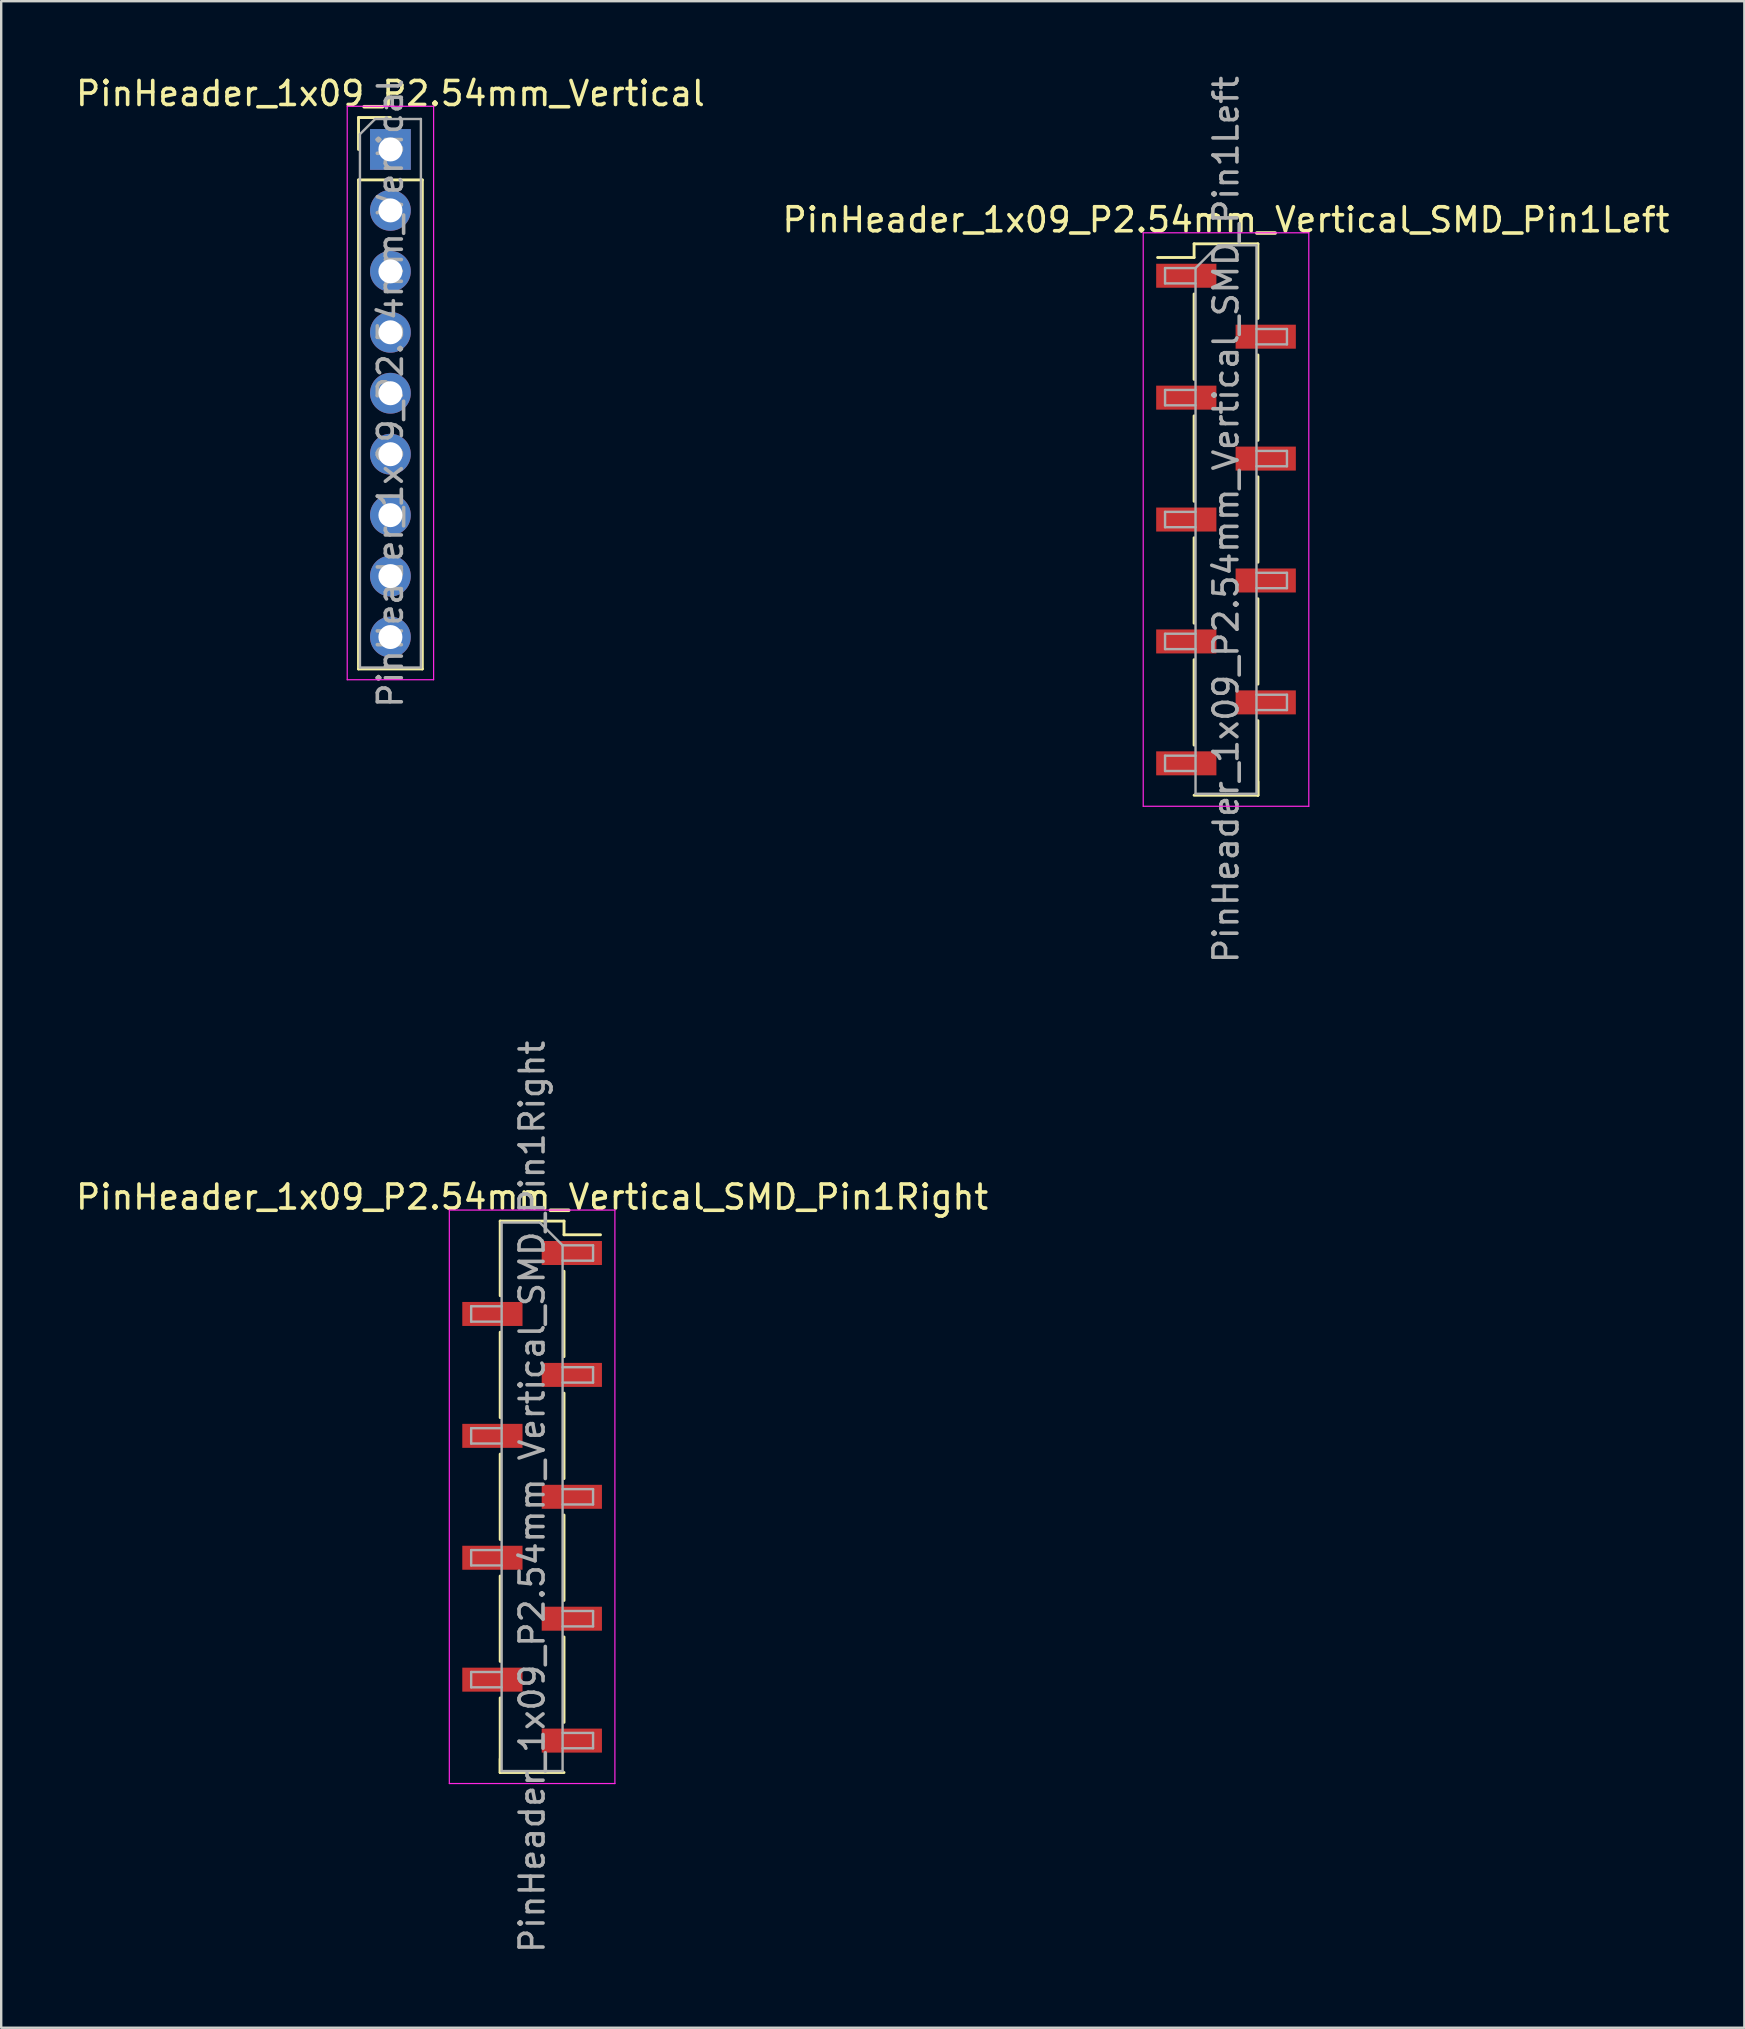
<source format=kicad_pcb>
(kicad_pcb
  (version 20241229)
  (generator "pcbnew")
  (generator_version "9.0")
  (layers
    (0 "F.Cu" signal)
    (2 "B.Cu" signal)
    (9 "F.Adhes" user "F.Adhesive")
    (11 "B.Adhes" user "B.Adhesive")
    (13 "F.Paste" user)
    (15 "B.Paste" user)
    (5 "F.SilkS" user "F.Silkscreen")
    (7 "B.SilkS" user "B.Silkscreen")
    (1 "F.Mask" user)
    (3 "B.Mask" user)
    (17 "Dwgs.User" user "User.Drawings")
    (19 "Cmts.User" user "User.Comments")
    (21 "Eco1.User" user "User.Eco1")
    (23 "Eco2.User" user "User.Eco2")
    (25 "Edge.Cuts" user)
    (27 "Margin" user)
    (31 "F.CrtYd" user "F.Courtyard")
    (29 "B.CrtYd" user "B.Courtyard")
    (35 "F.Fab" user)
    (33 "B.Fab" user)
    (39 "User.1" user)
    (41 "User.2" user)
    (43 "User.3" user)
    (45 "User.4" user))
  (footprint "PinHeader_1x09_P2.54mm_Vertical_SMD_Pin1Right"
    (layer "F.Cu")
    (at 19.125 59.327)
    (property "Reference" "PinHeader_1x09_P2.54mm_Vertical_SMD_Pin1Right" (at 0 -12.49 0) (layer "F.SilkS") (effects (font (size 1 1) (thickness 0.15))))
    (attr smd)
    (fp_line (start -1.33 -11.49) (end -1.33 -8.38) (stroke (width 0.12) (type solid)) (layer "F.SilkS"))
    (fp_line (start -1.33 -11.49) (end 1.33 -11.49) (stroke (width 0.12) (type solid)) (layer "F.SilkS"))
    (fp_line (start -1.33 -6.86) (end -1.33 -3.3) (stroke (width 0.12) (type solid)) (layer "F.SilkS"))
    (fp_line (start -1.33 -1.78) (end -1.33 1.78) (stroke (width 0.12) (type solid)) (layer "F.SilkS"))
    (fp_line (start -1.33 3.3) (end -1.33 6.86) (stroke (width 0.12) (type solid)) (layer "F.SilkS"))
    (fp_line (start -1.33 8.38) (end -1.33 11.49) (stroke (width 0.12) (type solid)) (layer "F.SilkS"))
    (fp_line (start -1.33 10.92) (end -1.33 11.49) (stroke (width 0.12) (type solid)) (layer "F.SilkS"))
    (fp_line (start -1.33 11.49) (end 1.33 11.49) (stroke (width 0.12) (type solid)) (layer "F.SilkS"))
    (fp_line (start 1.33 -11.49) (end 1.33 -10.92) (stroke (width 0.12) (type solid)) (layer "F.SilkS"))
    (fp_line (start 1.33 -10.92) (end 2.85 -10.92) (stroke (width 0.12) (type solid)) (layer "F.SilkS"))
    (fp_line (start 1.33 -9.4) (end 1.33 -5.84) (stroke (width 0.12) (type solid)) (layer "F.SilkS"))
    (fp_line (start 1.33 -4.32) (end 1.33 -0.76) (stroke (width 0.12) (type solid)) (layer "F.SilkS"))
    (fp_line (start 1.33 0.76) (end 1.33 4.32) (stroke (width 0.12) (type solid)) (layer "F.SilkS"))
    (fp_line (start 1.33 5.84) (end 1.33 9.4) (stroke (width 0.12) (type solid)) (layer "F.SilkS"))
    (fp_line (start -3.45 -11.95) (end -3.45 11.95) (stroke (width 0.05) (type solid)) (layer "F.CrtYd"))
    (fp_line (start -3.45 11.95) (end 3.45 11.95) (stroke (width 0.05) (type solid)) (layer "F.CrtYd"))
    (fp_line (start 3.45 -11.95) (end -3.45 -11.95) (stroke (width 0.05) (type solid)) (layer "F.CrtYd"))
    (fp_line (start 3.45 11.95) (end 3.45 -11.95) (stroke (width 0.05) (type solid)) (layer "F.CrtYd"))
    (fp_line (start -2.54 -7.94) (end -2.54 -7.3) (stroke (width 0.1) (type solid)) (layer "F.Fab"))
    (fp_line (start -2.54 -7.3) (end -1.27 -7.3) (stroke (width 0.1) (type solid)) (layer "F.Fab"))
    (fp_line (start -2.54 -2.86) (end -2.54 -2.22) (stroke (width 0.1) (type solid)) (layer "F.Fab"))
    (fp_line (start -2.54 -2.22) (end -1.27 -2.22) (stroke (width 0.1) (type solid)) (layer "F.Fab"))
    (fp_line (start -2.54 2.22) (end -2.54 2.86) (stroke (width 0.1) (type solid)) (layer "F.Fab"))
    (fp_line (start -2.54 2.86) (end -1.27 2.86) (stroke (width 0.1) (type solid)) (layer "F.Fab"))
    (fp_line (start -2.54 7.3) (end -2.54 7.94) (stroke (width 0.1) (type solid)) (layer "F.Fab"))
    (fp_line (start -2.54 7.94) (end -1.27 7.94) (stroke (width 0.1) (type solid)) (layer "F.Fab"))
    (fp_line (start -1.27 -11.43) (end -1.27 11.43) (stroke (width 0.1) (type solid)) (layer "F.Fab"))
    (fp_line (start -1.27 -11.43) (end 0.32 -11.43) (stroke (width 0.1) (type solid)) (layer "F.Fab"))
    (fp_line (start -1.27 -7.94) (end -2.54 -7.94) (stroke (width 0.1) (type solid)) (layer "F.Fab"))
    (fp_line (start -1.27 -2.86) (end -2.54 -2.86) (stroke (width 0.1) (type solid)) (layer "F.Fab"))
    (fp_line (start -1.27 2.22) (end -2.54 2.22) (stroke (width 0.1) (type solid)) (layer "F.Fab"))
    (fp_line (start -1.27 7.3) (end -2.54 7.3) (stroke (width 0.1) (type solid)) (layer "F.Fab"))
    (fp_line (start 1.27 -10.48) (end 0.32 -11.43) (stroke (width 0.1) (type solid)) (layer "F.Fab"))
    (fp_line (start 1.27 -10.48) (end 2.54 -10.48) (stroke (width 0.1) (type solid)) (layer "F.Fab"))
    (fp_line (start 1.27 -5.4) (end 2.54 -5.4) (stroke (width 0.1) (type solid)) (layer "F.Fab"))
    (fp_line (start 1.27 -0.32) (end 2.54 -0.32) (stroke (width 0.1) (type solid)) (layer "F.Fab"))
    (fp_line (start 1.27 4.76) (end 2.54 4.76) (stroke (width 0.1) (type solid)) (layer "F.Fab"))
    (fp_line (start 1.27 9.84) (end 2.54 9.84) (stroke (width 0.1) (type solid)) (layer "F.Fab"))
    (fp_line (start 1.27 11.43) (end -1.27 11.43) (stroke (width 0.1) (type solid)) (layer "F.Fab"))
    (fp_line (start 1.27 11.43) (end 1.27 -10.48) (stroke (width 0.1) (type solid)) (layer "F.Fab"))
    (fp_line (start 2.54 -10.48) (end 2.54 -9.84) (stroke (width 0.1) (type solid)) (layer "F.Fab"))
    (fp_line (start 2.54 -9.84) (end 1.27 -9.84) (stroke (width 0.1) (type solid)) (layer "F.Fab"))
    (fp_line (start 2.54 -5.4) (end 2.54 -4.76) (stroke (width 0.1) (type solid)) (layer "F.Fab"))
    (fp_line (start 2.54 -4.76) (end 1.27 -4.76) (stroke (width 0.1) (type solid)) (layer "F.Fab"))
    (fp_line (start 2.54 -0.32) (end 2.54 0.32) (stroke (width 0.1) (type solid)) (layer "F.Fab"))
    (fp_line (start 2.54 0.32) (end 1.27 0.32) (stroke (width 0.1) (type solid)) (layer "F.Fab"))
    (fp_line (start 2.54 4.76) (end 2.54 5.4) (stroke (width 0.1) (type solid)) (layer "F.Fab"))
    (fp_line (start 2.54 5.4) (end 1.27 5.4) (stroke (width 0.1) (type solid)) (layer "F.Fab"))
    (fp_line (start 2.54 9.84) (end 2.54 10.48) (stroke (width 0.1) (type solid)) (layer "F.Fab"))
    (fp_line (start 2.54 10.48) (end 1.27 10.48) (stroke (width 0.1) (type solid)) (layer "F.Fab"))
    (fp_text user "${REFERENCE}" (at 0 0 90) (layer "F.Fab") (effects (font (size 1 1) (thickness 0.15))))
    (pad "1" smd rect (at 1.655 -10.16) (size 2.51 1) (layers "F.Cu" "F.Mask" "F.Paste"))
    (pad "2" smd rect (at -1.655 -7.62) (size 2.51 1) (layers "F.Cu" "F.Mask" "F.Paste"))
    (pad "3" smd rect (at 1.655 -5.08) (size 2.51 1) (layers "F.Cu" "F.Mask" "F.Paste"))
    (pad "4" smd rect (at -1.655 -2.54) (size 2.51 1) (layers "F.Cu" "F.Mask" "F.Paste"))
    (pad "5" smd rect (at 1.655 0) (size 2.51 1) (layers "F.Cu" "F.Mask" "F.Paste"))
    (pad "6" smd rect (at -1.655 2.54) (size 2.51 1) (layers "F.Cu" "F.Mask" "F.Paste"))
    (pad "7" smd rect (at 1.655 5.08) (size 2.51 1) (layers "F.Cu" "F.Mask" "F.Paste"))
    (pad "8" smd rect (at -1.655 7.62) (size 2.51 1) (layers "F.Cu" "F.Mask" "F.Paste"))
    (pad "9" smd rect (at 1.655 10.16) (size 2.51 1) (layers "F.Cu" "F.Mask" "F.Paste")))
  (footprint "PinHeader_1x09_P2.54mm_Vertical_SMD_Pin1Left"
    (layer "F.Cu")
    (at 48.042 18.601)
    (property "Reference" "PinHeader_1x09_P2.54mm_Vertical_SMD_Pin1Left" (at 0 -12.49 0) (layer "F.SilkS") (effects (font (size 1 1) (thickness 0.15))))
    (attr smd)
    (fp_line (start -1.33 -11.49) (end -1.33 -10.92) (stroke (width 0.12) (type solid)) (layer "F.SilkS"))
    (fp_line (start -1.33 -11.49) (end 1.33 -11.49) (stroke (width 0.12) (type solid)) (layer "F.SilkS"))
    (fp_line (start -1.33 -10.92) (end -2.85 -10.92) (stroke (width 0.12) (type solid)) (layer "F.SilkS"))
    (fp_line (start -1.33 -9.4) (end -1.33 -5.84) (stroke (width 0.12) (type solid)) (layer "F.SilkS"))
    (fp_line (start -1.33 -4.32) (end -1.33 -0.76) (stroke (width 0.12) (type solid)) (layer "F.SilkS"))
    (fp_line (start -1.33 0.76) (end -1.33 4.32) (stroke (width 0.12) (type solid)) (layer "F.SilkS"))
    (fp_line (start -1.33 5.84) (end -1.33 9.4) (stroke (width 0.12) (type solid)) (layer "F.SilkS"))
    (fp_line (start -1.33 11.49) (end 1.33 11.49) (stroke (width 0.12) (type solid)) (layer "F.SilkS"))
    (fp_line (start 1.33 -11.49) (end 1.33 -8.38) (stroke (width 0.12) (type solid)) (layer "F.SilkS"))
    (fp_line (start 1.33 -6.86) (end 1.33 -3.3) (stroke (width 0.12) (type solid)) (layer "F.SilkS"))
    (fp_line (start 1.33 -1.78) (end 1.33 1.78) (stroke (width 0.12) (type solid)) (layer "F.SilkS"))
    (fp_line (start 1.33 3.3) (end 1.33 6.86) (stroke (width 0.12) (type solid)) (layer "F.SilkS"))
    (fp_line (start 1.33 8.38) (end 1.33 11.49) (stroke (width 0.12) (type solid)) (layer "F.SilkS"))
    (fp_line (start 1.33 10.92) (end 1.33 11.49) (stroke (width 0.12) (type solid)) (layer "F.SilkS"))
    (fp_line (start -3.45 -11.95) (end -3.45 11.95) (stroke (width 0.05) (type solid)) (layer "F.CrtYd"))
    (fp_line (start -3.45 11.95) (end 3.45 11.95) (stroke (width 0.05) (type solid)) (layer "F.CrtYd"))
    (fp_line (start 3.45 -11.95) (end -3.45 -11.95) (stroke (width 0.05) (type solid)) (layer "F.CrtYd"))
    (fp_line (start 3.45 11.95) (end 3.45 -11.95) (stroke (width 0.05) (type solid)) (layer "F.CrtYd"))
    (fp_line (start -2.54 -10.48) (end -2.54 -9.84) (stroke (width 0.1) (type solid)) (layer "F.Fab"))
    (fp_line (start -2.54 -9.84) (end -1.27 -9.84) (stroke (width 0.1) (type solid)) (layer "F.Fab"))
    (fp_line (start -2.54 -5.4) (end -2.54 -4.76) (stroke (width 0.1) (type solid)) (layer "F.Fab"))
    (fp_line (start -2.54 -4.76) (end -1.27 -4.76) (stroke (width 0.1) (type solid)) (layer "F.Fab"))
    (fp_line (start -2.54 -0.32) (end -2.54 0.32) (stroke (width 0.1) (type solid)) (layer "F.Fab"))
    (fp_line (start -2.54 0.32) (end -1.27 0.32) (stroke (width 0.1) (type solid)) (layer "F.Fab"))
    (fp_line (start -2.54 4.76) (end -2.54 5.4) (stroke (width 0.1) (type solid)) (layer "F.Fab"))
    (fp_line (start -2.54 5.4) (end -1.27 5.4) (stroke (width 0.1) (type solid)) (layer "F.Fab"))
    (fp_line (start -2.54 9.84) (end -2.54 10.48) (stroke (width 0.1) (type solid)) (layer "F.Fab"))
    (fp_line (start -2.54 10.48) (end -1.27 10.48) (stroke (width 0.1) (type solid)) (layer "F.Fab"))
    (fp_line (start -1.27 -10.48) (end -2.54 -10.48) (stroke (width 0.1) (type solid)) (layer "F.Fab"))
    (fp_line (start -1.27 -10.48) (end -0.32 -11.43) (stroke (width 0.1) (type solid)) (layer "F.Fab"))
    (fp_line (start -1.27 -5.4) (end -2.54 -5.4) (stroke (width 0.1) (type solid)) (layer "F.Fab"))
    (fp_line (start -1.27 -0.32) (end -2.54 -0.32) (stroke (width 0.1) (type solid)) (layer "F.Fab"))
    (fp_line (start -1.27 4.76) (end -2.54 4.76) (stroke (width 0.1) (type solid)) (layer "F.Fab"))
    (fp_line (start -1.27 9.84) (end -2.54 9.84) (stroke (width 0.1) (type solid)) (layer "F.Fab"))
    (fp_line (start -1.27 11.43) (end -1.27 -10.48) (stroke (width 0.1) (type solid)) (layer "F.Fab"))
    (fp_line (start -0.32 -11.43) (end 1.27 -11.43) (stroke (width 0.1) (type solid)) (layer "F.Fab"))
    (fp_line (start 1.27 -11.43) (end 1.27 11.43) (stroke (width 0.1) (type solid)) (layer "F.Fab"))
    (fp_line (start 1.27 -7.94) (end 2.54 -7.94) (stroke (width 0.1) (type solid)) (layer "F.Fab"))
    (fp_line (start 1.27 -2.86) (end 2.54 -2.86) (stroke (width 0.1) (type solid)) (layer "F.Fab"))
    (fp_line (start 1.27 2.22) (end 2.54 2.22) (stroke (width 0.1) (type solid)) (layer "F.Fab"))
    (fp_line (start 1.27 7.3) (end 2.54 7.3) (stroke (width 0.1) (type solid)) (layer "F.Fab"))
    (fp_line (start 1.27 11.43) (end -1.27 11.43) (stroke (width 0.1) (type solid)) (layer "F.Fab"))
    (fp_line (start 2.54 -7.94) (end 2.54 -7.3) (stroke (width 0.1) (type solid)) (layer "F.Fab"))
    (fp_line (start 2.54 -7.3) (end 1.27 -7.3) (stroke (width 0.1) (type solid)) (layer "F.Fab"))
    (fp_line (start 2.54 -2.86) (end 2.54 -2.22) (stroke (width 0.1) (type solid)) (layer "F.Fab"))
    (fp_line (start 2.54 -2.22) (end 1.27 -2.22) (stroke (width 0.1) (type solid)) (layer "F.Fab"))
    (fp_line (start 2.54 2.22) (end 2.54 2.86) (stroke (width 0.1) (type solid)) (layer "F.Fab"))
    (fp_line (start 2.54 2.86) (end 1.27 2.86) (stroke (width 0.1) (type solid)) (layer "F.Fab"))
    (fp_line (start 2.54 7.3) (end 2.54 7.94) (stroke (width 0.1) (type solid)) (layer "F.Fab"))
    (fp_line (start 2.54 7.94) (end 1.27 7.94) (stroke (width 0.1) (type solid)) (layer "F.Fab"))
    (fp_text user "${REFERENCE}" (at 0 0 90) (layer "F.Fab") (effects (font (size 1 1) (thickness 0.15))))
    (pad "1" smd rect (at -1.655 -10.16) (size 2.51 1) (layers "F.Cu" "F.Mask" "F.Paste"))
    (pad "2" smd rect (at 1.655 -7.62) (size 2.51 1) (layers "F.Cu" "F.Mask" "F.Paste"))
    (pad "3" smd rect (at -1.655 -5.08) (size 2.51 1) (layers "F.Cu" "F.Mask" "F.Paste"))
    (pad "4" smd rect (at 1.655 -2.54) (size 2.51 1) (layers "F.Cu" "F.Mask" "F.Paste"))
    (pad "5" smd rect (at -1.655 0) (size 2.51 1) (layers "F.Cu" "F.Mask" "F.Paste"))
    (pad "6" smd rect (at 1.655 2.54) (size 2.51 1) (layers "F.Cu" "F.Mask" "F.Paste"))
    (pad "7" smd rect (at -1.655 5.08) (size 2.51 1) (layers "F.Cu" "F.Mask" "F.Paste"))
    (pad "8" smd rect (at 1.655 7.62) (size 2.51 1) (layers "F.Cu" "F.Mask" "F.Paste"))
    (pad "9" smd rect (at -1.655 10.16) (size 2.51 1) (layers "F.Cu" "F.Mask" "F.Paste")))
  (footprint "PinHeader_1x09_P2.54mm_Vertical"
    (layer "F.Cu")
    (at 13.22 3.178)
    (property "Reference" "PinHeader_1x09_P2.54mm_Vertical" (at 0 -2.33 0) (layer "F.SilkS") (effects (font (size 1 1) (thickness 0.15))))
    (attr through_hole)
    (fp_line (start -1.33 -1.33) (end 0 -1.33) (stroke (width 0.12) (type solid)) (layer "F.SilkS"))
    (fp_line (start -1.33 0) (end -1.33 -1.33) (stroke (width 0.12) (type solid)) (layer "F.SilkS"))
    (fp_line (start -1.33 1.27) (end -1.33 21.65) (stroke (width 0.12) (type solid)) (layer "F.SilkS"))
    (fp_line (start -1.33 1.27) (end 1.33 1.27) (stroke (width 0.12) (type solid)) (layer "F.SilkS"))
    (fp_line (start -1.33 21.65) (end 1.33 21.65) (stroke (width 0.12) (type solid)) (layer "F.SilkS"))
    (fp_line (start 1.33 1.27) (end 1.33 21.65) (stroke (width 0.12) (type solid)) (layer "F.SilkS"))
    (fp_line (start -1.8 -1.8) (end -1.8 22.1) (stroke (width 0.05) (type solid)) (layer "F.CrtYd"))
    (fp_line (start -1.8 22.1) (end 1.8 22.1) (stroke (width 0.05) (type solid)) (layer "F.CrtYd"))
    (fp_line (start 1.8 -1.8) (end -1.8 -1.8) (stroke (width 0.05) (type solid)) (layer "F.CrtYd"))
    (fp_line (start 1.8 22.1) (end 1.8 -1.8) (stroke (width 0.05) (type solid)) (layer "F.CrtYd"))
    (fp_line (start -1.27 -0.635) (end -0.635 -1.27) (stroke (width 0.1) (type solid)) (layer "F.Fab"))
    (fp_line (start -1.27 21.59) (end -1.27 -0.635) (stroke (width 0.1) (type solid)) (layer "F.Fab"))
    (fp_line (start -0.635 -1.27) (end 1.27 -1.27) (stroke (width 0.1) (type solid)) (layer "F.Fab"))
    (fp_line (start 1.27 -1.27) (end 1.27 21.59) (stroke (width 0.1) (type solid)) (layer "F.Fab"))
    (fp_line (start 1.27 21.59) (end -1.27 21.59) (stroke (width 0.1) (type solid)) (layer "F.Fab"))
    (fp_text user "${REFERENCE}" (at 0 10.16 90) (layer "F.Fab") (effects (font (size 1 1) (thickness 0.15))))
    (pad "1" thru_hole rect (at 0 0) (size 1.7 1.7) (drill 1) (layers "*.Cu" "*.Mask"))
    (pad "2" thru_hole oval (at 0 2.54) (size 1.7 1.7) (drill 1) (layers "*.Cu" "*.Mask"))
    (pad "3" thru_hole oval (at 0 5.08) (size 1.7 1.7) (drill 1) (layers "*.Cu" "*.Mask"))
    (pad "4" thru_hole oval (at 0 7.62) (size 1.7 1.7) (drill 1) (layers "*.Cu" "*.Mask"))
    (pad "5" thru_hole oval (at 0 10.16) (size 1.7 1.7) (drill 1) (layers "*.Cu" "*.Mask"))
    (pad "6" thru_hole oval (at 0 12.7) (size 1.7 1.7) (drill 1) (layers "*.Cu" "*.Mask"))
    (pad "7" thru_hole oval (at 0 15.24) (size 1.7 1.7) (drill 1) (layers "*.Cu" "*.Mask"))
    (pad "8" thru_hole oval (at 0 17.78) (size 1.7 1.7) (drill 1) (layers "*.Cu" "*.Mask"))
    (pad "9" thru_hole oval (at 0 20.32) (size 1.7 1.7) (drill 1) (layers "*.Cu" "*.Mask")))
  (gr_rect
    (start -3 -3)
    (end 69.643 81.452)
    (stroke (width 0.1) (type default))
    (fill no)
    (layer "Edge.Cuts")))
</source>
